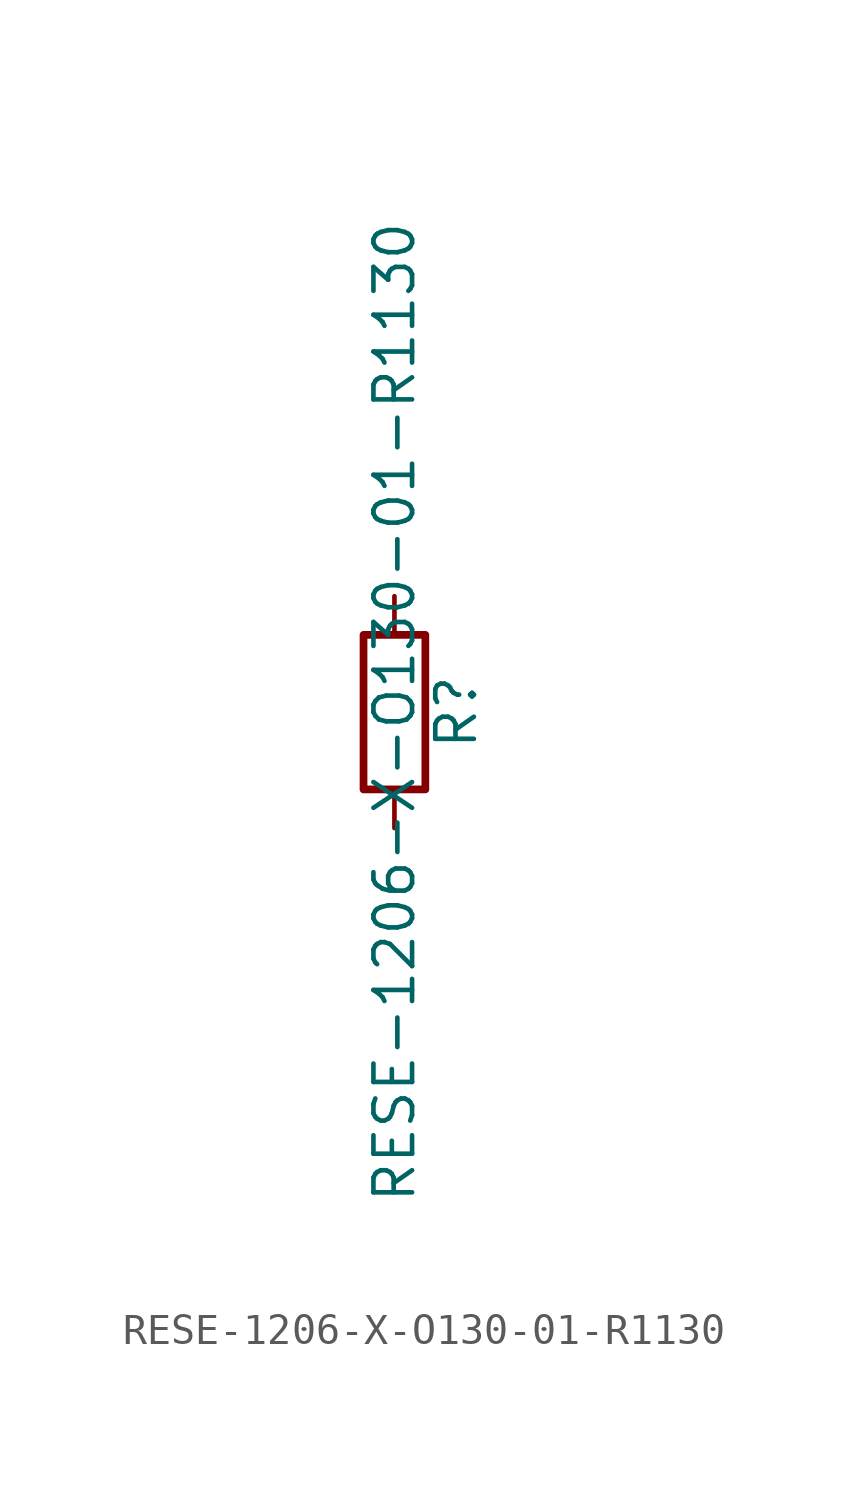
<source format=kicad_sym>
(kicad_symbol_lib
  (version 20211014)
  (generator kicad_symbol_editor)
  (symbol "RESE-1206-X-O130-01-R1130"
    (pin_numbers hide)
    (pin_names
      (offset 0))
    (property "Reference" "R"
      (at 2.032 0 90)
      (effects (font (size 1.27 1.27))))
    (property "Value" "RESE-1206-X-O130-01-R1130"
      (at 0 0 90)
      (effects (font (size 1.27 1.27))))
    (symbol "RESE-1206-X-O130-01-R1130_0_1"
      (rectangle (start -1.016 -2.54) (end 1.016 2.54) (stroke (width 0.254) (type default) (color 0 0 0 0)) (fill (type none))))
    (symbol "RESE-1206-X-O130-01-R1130_1_1"
      (pin passive line (at 0 3.81 270) (length 1.27) (name "~" (effects (font (size 1.27 1.27)))) (number "1" (effects (font (size 1.27 1.27)))))
      (pin passive line (at 0 -3.81 90) (length 1.27) (name "~" (effects (font (size 1.27 1.27)))) (number "2" (effects (font (size 1.27 1.27))))))))
</source>
